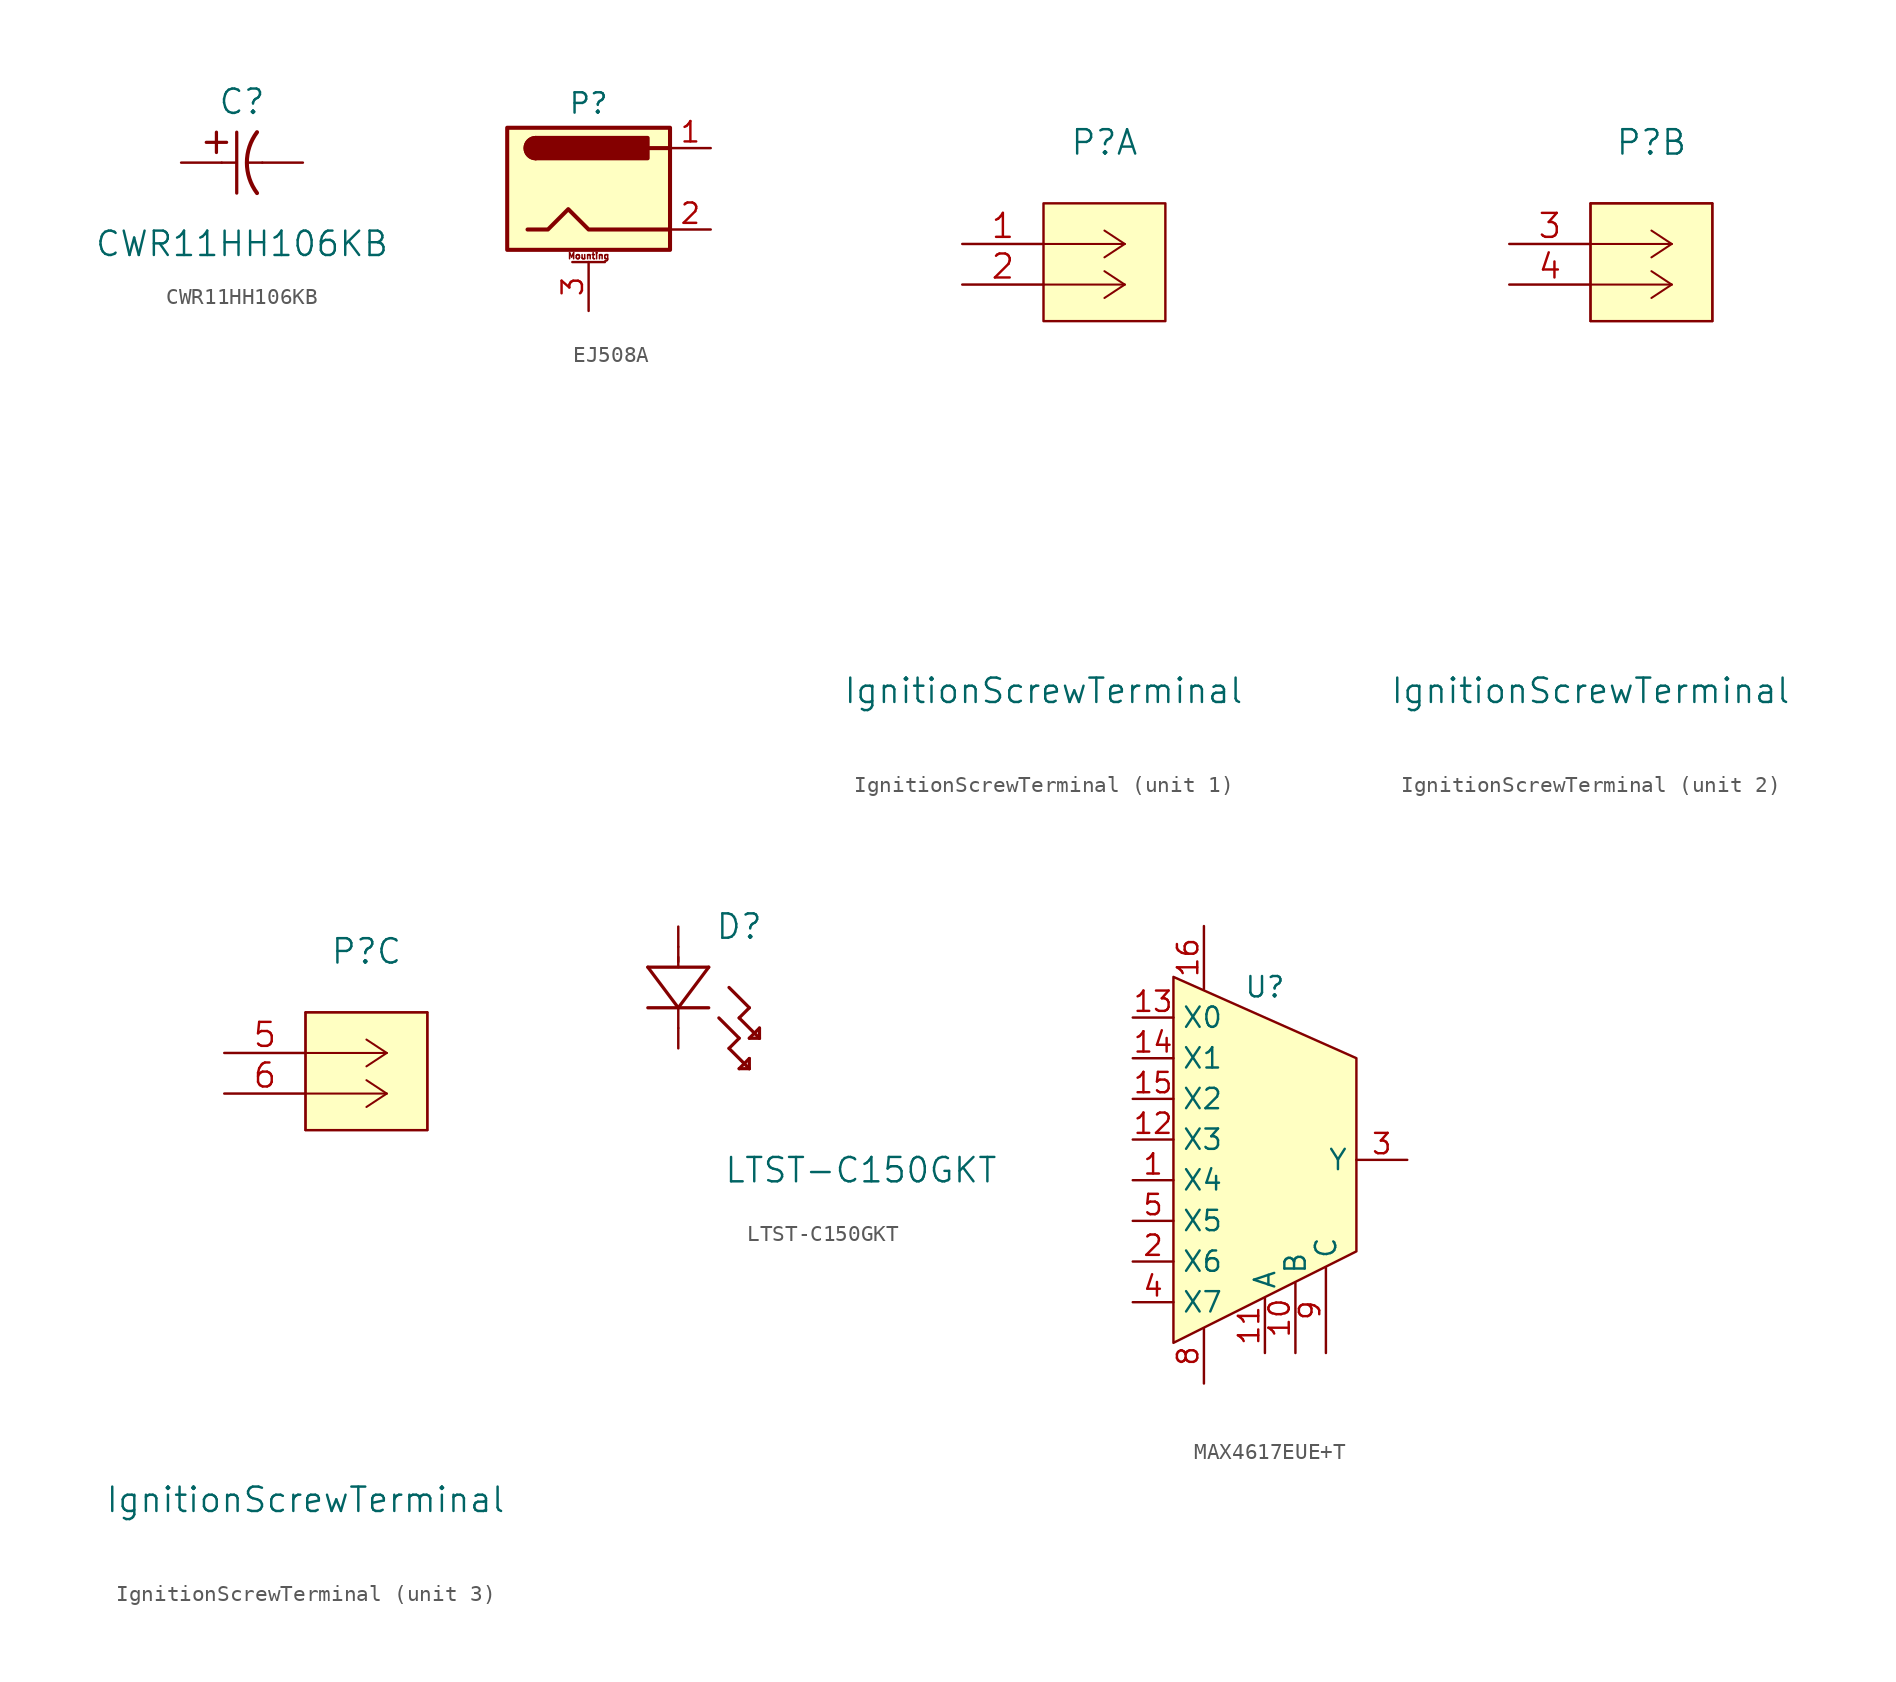
<source format=kicad_sym>
(kicad_symbol_lib
  (version 20211014)
  (generator kicad_symbol_editor)
  (symbol "CWR11HH106KB"
    (pin_numbers hide)
    (pin_names
      (offset 1.651) hide)
    (property "Reference" "C"
      (at 3.81 3.81 0)
      (effects (font (size 1.524 1.524))))
    (property "Value" "CWR11HH106KB"
      (at 3.81 -5.08 0)
      (effects (font (size 1.524 1.524))))
    (property "Datasheet" ""
      (at 0 0 0)
      (effects (font (size 1.524 1.524))))
    (property "ki_locked" ""
      (at 0 0 0)
      (effects (font (size 1.27 1.27))))
    (symbol "CWR11HH106KB_1_1"
      (polyline (pts (xy 1.575 1.27) (xy 2.845 1.27)) (stroke (width 0.203) (type default) (color 0 0 0 0)) (fill (type none)))
      (polyline (pts (xy 2.21 0.635) (xy 2.21 1.905)) (stroke (width 0.203) (type default) (color 0 0 0 0)) (fill (type none)))
      (polyline (pts (xy 2.54 0) (xy 3.48 0)) (stroke (width 0.152) (type default) (color 0 0 0 0)) (fill (type none)))
      (polyline (pts (xy 3.48 -1.905) (xy 3.48 1.905)) (stroke (width 0.203) (type default) (color 0 0 0 0)) (fill (type none)))
      (polyline (pts (xy 4.115 0) (xy 5.08 0)) (stroke (width 0.152) (type default) (color 0 0 0 0)) (fill (type none)))
      (arc (start 4.7498 1.905) (mid 4.1148 0) (end 4.7498 -1.905) (stroke (width 0.254) (type default) (color 0 0 0 0)) (fill (type none)))
      (pin passive line (at 0 0 0) (length 2.54) (name "1" (effects (font (size 1.499 1.499)))) (number "1" (effects (font (size 1.499 1.499)))))
      (pin passive line (at 7.62 0 180) (length 2.54) (name "2" (effects (font (size 1.499 1.499)))) (number "2" (effects (font (size 1.499 1.499)))))))
  (symbol "EJ508A"
    (pin_names hide)
    (property "Reference" "P"
      (at 0 5.334 0)
      (effects (font (size 1.27 1.27))))
    (symbol "EJ508A_0_1"
      (rectangle (start -5.08 3.81) (end 5.08 -3.81) (stroke (width 0.254) (type default) (color 0 0 0 0)) (fill (type background)))
      (arc (start -3.302 3.175) (mid -3.937 2.54) (end -3.302 1.905) (stroke (width 0.254) (type default) (color 0 0 0 0)) (fill (type none)))
      (arc (start -3.302 3.175) (mid -3.937 2.54) (end -3.302 1.905) (stroke (width 0.254) (type default) (color 0 0 0 0)) (fill (type outline)))
      (polyline (pts (xy 5.08 2.54) (xy 3.81 2.54)) (stroke (width 0.254) (type default) (color 0 0 0 0)) (fill (type none)))
      (polyline (pts (xy -3.81 -2.54) (xy -2.54 -2.54) (xy -1.27 -1.27) (xy 0 -2.54) (xy 2.54 -2.54) (xy 5.08 -2.54)) (stroke (width 0.254) (type default) (color 0 0 0 0)) (fill (type none)))
      (rectangle (start 3.683 3.175) (end -3.302 1.905) (stroke (width 0.254) (type default) (color 0 0 0 0)) (fill (type outline))))
    (symbol "EJ508A_1_1"
      (polyline (pts (xy -1.016 -4.572) (xy 1.016 -4.572)) (stroke (width 0.152) (type default) (color 0 0 0 0)) (fill (type none)))
      (text "Mounting" (at 0 -4.191 0) (effects (font (size 0.381 0.381))))
      (pin passive line (at 7.62 2.54 180) (length 2.54) (name "~" (effects (font (size 1.27 1.27)))) (number "1" (effects (font (size 1.27 1.27)))))
      (pin passive line (at 7.62 -2.54 180) (length 2.54) (name "~" (effects (font (size 1.27 1.27)))) (number "2" (effects (font (size 1.27 1.27)))))
      (pin passive line (at 0 -7.62 90) (length 3.048) (name "MountPin" (effects (font (size 1.27 1.27)))) (number "3" (effects (font (size 1.27 1.27)))))))
  (symbol "IgnitionScrewTerminal"
    (pin_names
      (offset 0.254) hide)
    (property "Reference" "P"
      (at 8.89 6.35 0)
      (effects (font (size 1.524 1.524))))
    (property "Value" "IgnitionScrewTerminal"
      (at 5.08 -27.94 0)
      (effects (font (size 1.524 1.524))))
    (symbol "IgnitionScrewTerminal_0_1"
      (rectangle (start 5.08 2.54) (end 12.7 -4.826) (stroke (width 0.152) (type default) (color 0 0 0 0)) (fill (type background))))
    (symbol "IgnitionScrewTerminal_1_1"
      (polyline (pts (xy 10.16 -2.54) (xy 5.08 -2.54)) (stroke (width 0.127) (type default) (color 0 0 0 0)) (fill (type none)))
      (polyline (pts (xy 10.16 -2.54) (xy 8.89 -3.378)) (stroke (width 0.127) (type default) (color 0 0 0 0)) (fill (type none)))
      (polyline (pts (xy 10.16 -2.54) (xy 8.89 -1.702)) (stroke (width 0.127) (type default) (color 0 0 0 0)) (fill (type none)))
      (polyline (pts (xy 10.16 0) (xy 5.08 0)) (stroke (width 0.127) (type default) (color 0 0 0 0)) (fill (type none)))
      (polyline (pts (xy 10.16 0) (xy 8.89 -0.838)) (stroke (width 0.127) (type default) (color 0 0 0 0)) (fill (type none)))
      (polyline (pts (xy 10.16 0) (xy 8.89 0.838)) (stroke (width 0.127) (type default) (color 0 0 0 0)) (fill (type none)))
      (pin passive line (at 0 0 0) (length 5.08) (name "5" (effects (font (size 1.499 1.499)))) (number "1" (effects (font (size 1.499 1.499)))))
      (pin passive line (at 0 -2.54 0) (length 5.08) (name "6" (effects (font (size 1.499 1.499)))) (number "2" (effects (font (size 1.499 1.499))))))
    (symbol "IgnitionScrewTerminal_2_1"
      (polyline (pts (xy 5.08 2.54) (xy 5.08 -4.826)) (stroke (width 0.127) (type default) (color 0 0 0 0)) (fill (type none)))
      (polyline (pts (xy 10.16 -2.54) (xy 5.08 -2.54)) (stroke (width 0.127) (type default) (color 0 0 0 0)) (fill (type none)))
      (polyline (pts (xy 10.16 -2.54) (xy 8.89 -3.378)) (stroke (width 0.127) (type default) (color 0 0 0 0)) (fill (type none)))
      (polyline (pts (xy 10.16 -2.54) (xy 8.89 -1.702)) (stroke (width 0.127) (type default) (color 0 0 0 0)) (fill (type none)))
      (polyline (pts (xy 10.16 0) (xy 5.08 0)) (stroke (width 0.127) (type default) (color 0 0 0 0)) (fill (type none)))
      (polyline (pts (xy 10.16 0) (xy 8.89 -0.838)) (stroke (width 0.127) (type default) (color 0 0 0 0)) (fill (type none)))
      (polyline (pts (xy 10.16 0) (xy 8.89 0.838)) (stroke (width 0.127) (type default) (color 0 0 0 0)) (fill (type none)))
      (polyline (pts (xy 12.7 -4.826) (xy 12.7 2.54)) (stroke (width 0.127) (type default) (color 0 0 0 0)) (fill (type none)))
      (polyline (pts (xy 12.7 2.54) (xy 5.08 2.54)) (stroke (width 0.127) (type default) (color 0 0 0 0)) (fill (type none)))
      (polyline (pts (xy 5.08 -4.826) (xy 8.382 -4.826) (xy 12.7 -4.826)) (stroke (width 0.127) (type default) (color 0 0 0 0)) (fill (type none)))
      (pin passive line (at 0 0 0) (length 5.08) (name "5" (effects (font (size 1.499 1.499)))) (number "3" (effects (font (size 1.499 1.499)))))
      (pin passive line (at 0 -2.54 0) (length 5.08) (name "6" (effects (font (size 1.499 1.499)))) (number "4" (effects (font (size 1.499 1.499))))))
    (symbol "IgnitionScrewTerminal_3_1"
      (polyline (pts (xy 5.08 2.54) (xy 5.08 -4.826)) (stroke (width 0.127) (type default) (color 0 0 0 0)) (fill (type none)))
      (polyline (pts (xy 10.16 -2.54) (xy 5.08 -2.54)) (stroke (width 0.127) (type default) (color 0 0 0 0)) (fill (type none)))
      (polyline (pts (xy 10.16 -2.54) (xy 8.89 -3.378)) (stroke (width 0.127) (type default) (color 0 0 0 0)) (fill (type none)))
      (polyline (pts (xy 10.16 -2.54) (xy 8.89 -1.702)) (stroke (width 0.127) (type default) (color 0 0 0 0)) (fill (type none)))
      (polyline (pts (xy 10.16 0) (xy 5.08 0)) (stroke (width 0.127) (type default) (color 0 0 0 0)) (fill (type none)))
      (polyline (pts (xy 10.16 0) (xy 8.89 -0.838)) (stroke (width 0.127) (type default) (color 0 0 0 0)) (fill (type none)))
      (polyline (pts (xy 10.16 0) (xy 8.89 0.838)) (stroke (width 0.127) (type default) (color 0 0 0 0)) (fill (type none)))
      (polyline (pts (xy 12.7 -4.826) (xy 12.7 2.54)) (stroke (width 0.127) (type default) (color 0 0 0 0)) (fill (type none)))
      (polyline (pts (xy 12.7 2.54) (xy 5.08 2.54)) (stroke (width 0.127) (type default) (color 0 0 0 0)) (fill (type none)))
      (polyline (pts (xy 5.08 -4.826) (xy 8.382 -4.826) (xy 12.7 -4.826)) (stroke (width 0.127) (type default) (color 0 0 0 0)) (fill (type none)))
      (pin passive line (at 0 0 0) (length 5.08) (name "5" (effects (font (size 1.499 1.499)))) (number "5" (effects (font (size 1.499 1.499)))))
      (pin passive line (at 0 -2.54 0) (length 5.08) (name "6" (effects (font (size 1.499 1.499)))) (number "6" (effects (font (size 1.499 1.499)))))))
  (symbol "LTST-C150GKT"
    (pin_numbers hide)
    (pin_names hide)
    (property "Reference" "D"
      (at 3.81 5.08 0)
      (effects (font (size 1.524 1.524))))
    (property "Value" "LTST-C150GKT"
      (at 11.43 -10.16 0)
      (effects (font (size 1.524 1.524))))
    (property "Datasheet" ""
      (at 0 6.35 90)
      (effects (font (size 1.524 1.524))))
    (property "ki_locked" ""
      (at 0 0 0)
      (effects (font (size 1.27 1.27))))
    (symbol "LTST-C150GKT_1_1"
      (polyline (pts (xy -1.905 0) (xy 1.905 0)) (stroke (width 0.203) (type default) (color 0 0 0 0)) (fill (type none)))
      (polyline (pts (xy -1.905 2.54) (xy 0 0)) (stroke (width 0.203) (type default) (color 0 0 0 0)) (fill (type none)))
      (polyline (pts (xy 0 0) (xy 0 -1.27)) (stroke (width 0.152) (type default) (color 0 0 0 0)) (fill (type none)))
      (polyline (pts (xy 0 0) (xy 1.905 2.54)) (stroke (width 0.203) (type default) (color 0 0 0 0)) (fill (type none)))
      (polyline (pts (xy 0 3.175) (xy 0 2.54)) (stroke (width 0.152) (type default) (color 0 0 0 0)) (fill (type none)))
      (polyline (pts (xy 0 3.81) (xy 0 2.87)) (stroke (width 0.152) (type default) (color 0 0 0 0)) (fill (type none)))
      (polyline (pts (xy 1.905 2.54) (xy -1.905 2.54)) (stroke (width 0.203) (type default) (color 0 0 0 0)) (fill (type none)))
      (polyline (pts (xy 2.54 -0.635) (xy 3.81 -1.905)) (stroke (width 0.203) (type default) (color 0 0 0 0)) (fill (type none)))
      (polyline (pts (xy 3.175 -2.54) (xy 4.445 -3.81)) (stroke (width 0.203) (type default) (color 0 0 0 0)) (fill (type none)))
      (polyline (pts (xy 3.175 1.27) (xy 4.445 0)) (stroke (width 0.203) (type default) (color 0 0 0 0)) (fill (type none)))
      (polyline (pts (xy 3.81 -3.81) (xy 4.445 -3.81)) (stroke (width 0.203) (type default) (color 0 0 0 0)) (fill (type none)))
      (polyline (pts (xy 3.81 -1.905) (xy 3.175 -2.54)) (stroke (width 0.203) (type default) (color 0 0 0 0)) (fill (type none)))
      (polyline (pts (xy 3.81 -0.635) (xy 5.08 -1.905)) (stroke (width 0.203) (type default) (color 0 0 0 0)) (fill (type none)))
      (polyline (pts (xy 4.445 -3.81) (xy 4.445 -3.175)) (stroke (width 0.203) (type default) (color 0 0 0 0)) (fill (type none)))
      (polyline (pts (xy 4.445 -3.175) (xy 3.81 -3.81)) (stroke (width 0.203) (type default) (color 0 0 0 0)) (fill (type none)))
      (polyline (pts (xy 4.445 -1.905) (xy 5.08 -1.905)) (stroke (width 0.203) (type default) (color 0 0 0 0)) (fill (type none)))
      (polyline (pts (xy 4.445 0) (xy 3.81 -0.635)) (stroke (width 0.203) (type default) (color 0 0 0 0)) (fill (type none)))
      (polyline (pts (xy 5.08 -1.905) (xy 5.08 -1.27)) (stroke (width 0.203) (type default) (color 0 0 0 0)) (fill (type none)))
      (polyline (pts (xy 5.08 -1.27) (xy 4.445 -1.905)) (stroke (width 0.203) (type default) (color 0 0 0 0)) (fill (type none)))
      (pin passive line (at 0 -2.54 90) (length 1.27) (name "1" (effects (font (size 1.499 1.499)))) (number "1" (effects (font (size 1.499 1.499)))))
      (pin passive line (at 0 5.08 270) (length 1.27) (name "2" (effects (font (size 1.499 1.499)))) (number "2" (effects (font (size 1.499 1.499)))))))
  (symbol "MAX4617EUE+T"
    (property "Reference" "U"
      (at 0 10.795 0)
      (effects (font (size 1.27 1.27))))
    (symbol "MAX4617EUE+T_0_1"
      (polyline (pts (xy -5.715 -11.43) (xy -5.715 11.43) (xy 5.715 6.35) (xy 5.715 -5.715) (xy -5.715 -11.43)) (stroke (width 0.152) (type default) (color 0 0 0 0)) (fill (type background))))
    (symbol "MAX4617EUE+T_1_1"
      (pin passive line (at -8.255 -1.27 0) (length 2.54) (name "X4" (effects (font (size 1.27 1.27)))) (number "1" (effects (font (size 1.27 1.27)))))
      (pin passive line (at 1.905 -12.065 90) (length 4.369) (name "B" (effects (font (size 1.27 1.27)))) (number "10" (effects (font (size 1.27 1.27)))))
      (pin passive line (at 0 -12.065 90) (length 3.429) (name "A" (effects (font (size 1.27 1.27)))) (number "11" (effects (font (size 1.27 1.27)))))
      (pin passive line (at -8.255 1.27 0) (length 2.54) (name "X3" (effects (font (size 1.27 1.27)))) (number "12" (effects (font (size 1.27 1.27)))))
      (pin passive line (at -8.255 8.89 0) (length 2.54) (name "X0" (effects (font (size 1.27 1.27)))) (number "13" (effects (font (size 1.27 1.27)))))
      (pin passive line (at -8.255 6.35 0) (length 2.54) (name "X1" (effects (font (size 1.27 1.27)))) (number "14" (effects (font (size 1.27 1.27)))))
      (pin passive line (at -8.255 3.81 0) (length 2.54) (name "X2" (effects (font (size 1.27 1.27)))) (number "15" (effects (font (size 1.27 1.27)))))
      (pin passive line (at -3.81 14.605 270) (length 3.937) (name "" (effects (font (size 1.27 1.27)))) (number "16" (effects (font (size 1.27 1.27)))))
      (pin passive line (at -8.255 -6.35 0) (length 2.54) (name "X6" (effects (font (size 1.27 1.27)))) (number "2" (effects (font (size 1.27 1.27)))))
      (pin passive line (at 8.89 0 180) (length 3.175) (name "Y" (effects (font (size 1.27 1.27)))) (number "3" (effects (font (size 1.27 1.27)))))
      (pin passive line (at -8.255 -8.89 0) (length 2.54) (name "X7" (effects (font (size 1.27 1.27)))) (number "4" (effects (font (size 1.27 1.27)))))
      (pin passive line (at -8.255 -3.81 0) (length 2.54) (name "X5" (effects (font (size 1.27 1.27)))) (number "5" (effects (font (size 1.27 1.27)))))
      (pin passive line (at -3.81 -13.97 90) (length 3.429) (name "" (effects (font (size 1.27 1.27)))) (number "8" (effects (font (size 1.27 1.27)))))
      (pin passive line (at 3.81 -12.065 90) (length 5.334) (name "C" (effects (font (size 1.27 1.27)))) (number "9" (effects (font (size 1.27 1.27))))))))
</source>
